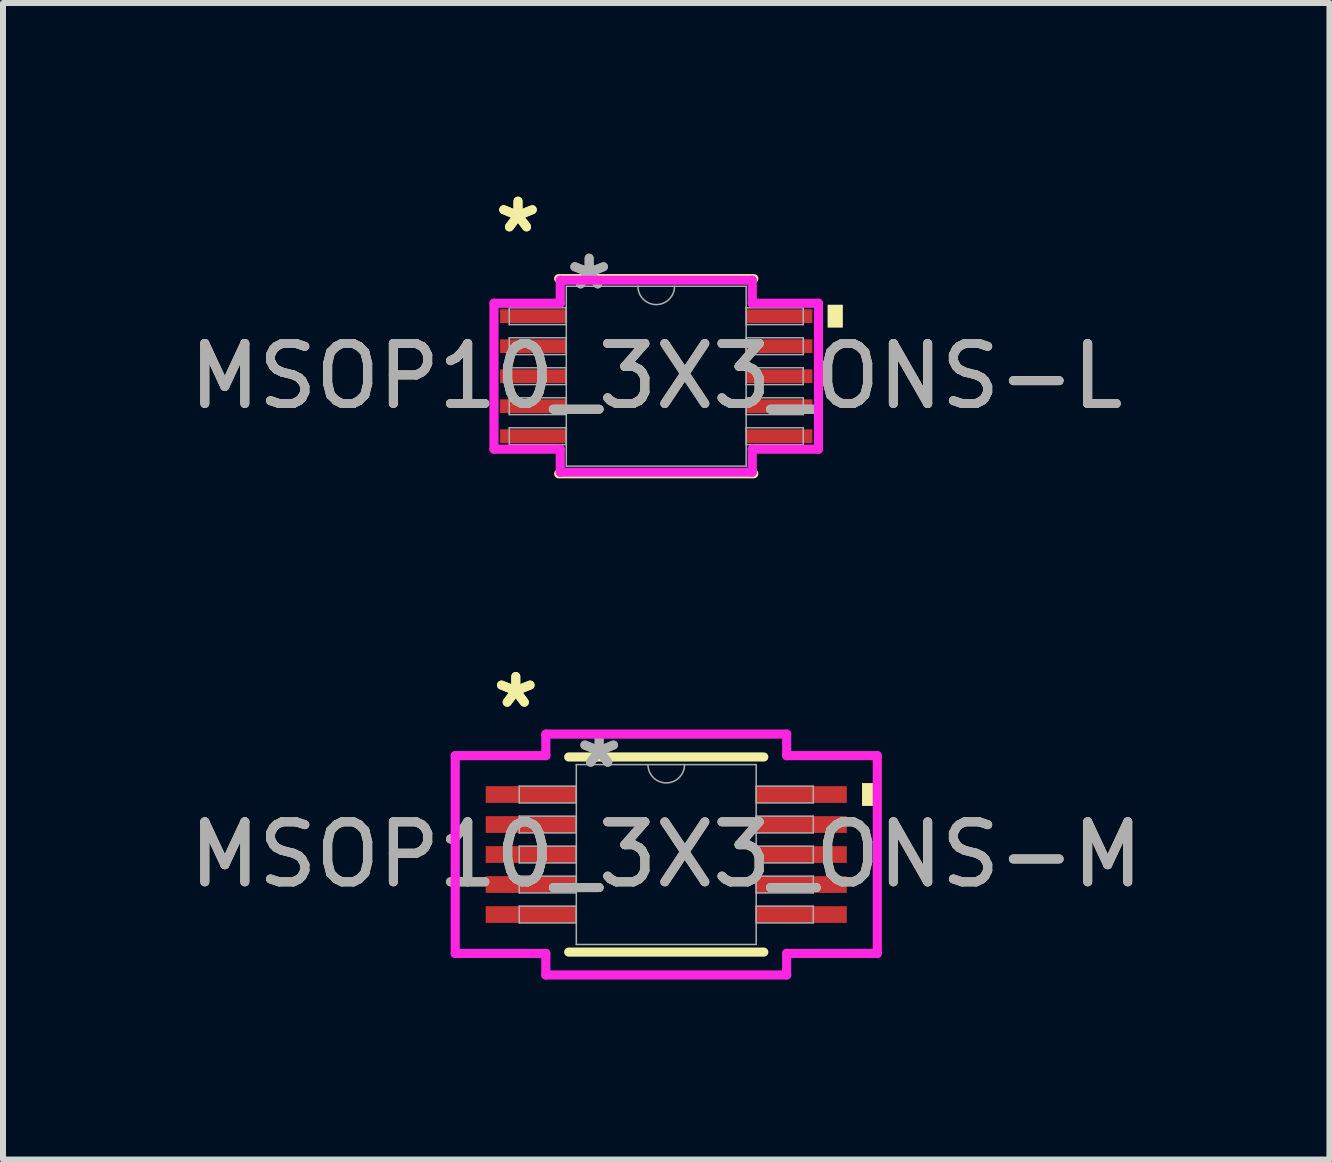
<source format=kicad_pcb>
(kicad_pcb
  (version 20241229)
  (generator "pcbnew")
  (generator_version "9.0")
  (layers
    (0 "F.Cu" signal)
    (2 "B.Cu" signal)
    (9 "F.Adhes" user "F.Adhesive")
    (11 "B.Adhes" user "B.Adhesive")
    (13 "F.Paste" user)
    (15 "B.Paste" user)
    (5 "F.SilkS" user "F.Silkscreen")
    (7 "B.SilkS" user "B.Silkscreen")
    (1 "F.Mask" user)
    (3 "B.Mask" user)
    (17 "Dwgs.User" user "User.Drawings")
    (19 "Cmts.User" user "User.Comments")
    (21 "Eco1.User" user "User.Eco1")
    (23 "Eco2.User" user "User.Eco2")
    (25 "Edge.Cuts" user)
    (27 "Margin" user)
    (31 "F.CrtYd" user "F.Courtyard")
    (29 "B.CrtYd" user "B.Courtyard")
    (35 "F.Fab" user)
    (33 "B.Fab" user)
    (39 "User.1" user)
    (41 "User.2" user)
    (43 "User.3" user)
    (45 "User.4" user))
  (footprint "MSOP10_3X3_ONS-M"
    (layer "F.Cu")
    (at 8.054 11.192)
    (property "Reference" "MSOP10_3X3_ONS-M" (at 0 0 0) (unlocked yes) (layer "F.SilkS") (effects (font (size 1 1) (thickness 0.15))))
    (attr smd)
    (fp_line (start -1.626 1.626) (end 1.626 1.626) (stroke (width 0.152) (type solid)) (layer "F.SilkS"))
    (fp_line (start 1.626 -1.626) (end -1.626 -1.626) (stroke (width 0.152) (type solid)) (layer "F.SilkS"))
    (fp_poly (pts (xy 3.517 -1.191) (xy 3.517 -0.81) (xy 3.263 -0.81) (xy 3.263 -1.191)) (stroke (width 0) (type solid)) (fill yes) (layer "F.SilkS"))
    (fp_line (start -3.517 -1.648) (end -2.007 -1.648) (stroke (width 0.152) (type solid)) (layer "F.CrtYd"))
    (fp_line (start -3.517 1.648) (end -3.517 -1.648) (stroke (width 0.152) (type solid)) (layer "F.CrtYd"))
    (fp_line (start -3.517 1.648) (end -2.007 1.648) (stroke (width 0.152) (type solid)) (layer "F.CrtYd"))
    (fp_line (start -2.007 -2.007) (end 2.007 -2.007) (stroke (width 0.152) (type solid)) (layer "F.CrtYd"))
    (fp_line (start -2.007 -1.648) (end -2.007 -2.007) (stroke (width 0.152) (type solid)) (layer "F.CrtYd"))
    (fp_line (start -2.007 2.007) (end -2.007 1.648) (stroke (width 0.152) (type solid)) (layer "F.CrtYd"))
    (fp_line (start 2.007 -2.007) (end 2.007 -1.648) (stroke (width 0.152) (type solid)) (layer "F.CrtYd"))
    (fp_line (start 2.007 1.648) (end 2.007 2.007) (stroke (width 0.152) (type solid)) (layer "F.CrtYd"))
    (fp_line (start 2.007 2.007) (end -2.007 2.007) (stroke (width 0.152) (type solid)) (layer "F.CrtYd"))
    (fp_line (start 3.517 -1.648) (end 2.007 -1.648) (stroke (width 0.152) (type solid)) (layer "F.CrtYd"))
    (fp_line (start 3.517 -1.648) (end 3.517 1.648) (stroke (width 0.152) (type solid)) (layer "F.CrtYd"))
    (fp_line (start 3.517 1.648) (end 2.007 1.648) (stroke (width 0.152) (type solid)) (layer "F.CrtYd"))
    (fp_line (start -2.45 -1.14) (end -2.45 -0.86) (stroke (width 0.025) (type solid)) (layer "F.Fab"))
    (fp_line (start -2.45 -0.86) (end -1.499 -0.86) (stroke (width 0.025) (type solid)) (layer "F.Fab"))
    (fp_line (start -2.45 -0.64) (end -2.45 -0.36) (stroke (width 0.025) (type solid)) (layer "F.Fab"))
    (fp_line (start -2.45 -0.36) (end -1.499 -0.36) (stroke (width 0.025) (type solid)) (layer "F.Fab"))
    (fp_line (start -2.45 -0.14) (end -2.45 0.14) (stroke (width 0.025) (type solid)) (layer "F.Fab"))
    (fp_line (start -2.45 0.14) (end -1.499 0.14) (stroke (width 0.025) (type solid)) (layer "F.Fab"))
    (fp_line (start -2.45 0.36) (end -2.45 0.64) (stroke (width 0.025) (type solid)) (layer "F.Fab"))
    (fp_line (start -2.45 0.64) (end -1.499 0.64) (stroke (width 0.025) (type solid)) (layer "F.Fab"))
    (fp_line (start -2.45 0.86) (end -2.45 1.14) (stroke (width 0.025) (type solid)) (layer "F.Fab"))
    (fp_line (start -2.45 1.14) (end -1.499 1.14) (stroke (width 0.025) (type solid)) (layer "F.Fab"))
    (fp_line (start -1.499 -1.499) (end -1.499 1.499) (stroke (width 0.025) (type solid)) (layer "F.Fab"))
    (fp_line (start -1.499 -1.14) (end -2.45 -1.14) (stroke (width 0.025) (type solid)) (layer "F.Fab"))
    (fp_line (start -1.499 -0.86) (end -1.499 -1.14) (stroke (width 0.025) (type solid)) (layer "F.Fab"))
    (fp_line (start -1.499 -0.64) (end -2.45 -0.64) (stroke (width 0.025) (type solid)) (layer "F.Fab"))
    (fp_line (start -1.499 -0.36) (end -1.499 -0.64) (stroke (width 0.025) (type solid)) (layer "F.Fab"))
    (fp_line (start -1.499 -0.14) (end -2.45 -0.14) (stroke (width 0.025) (type solid)) (layer "F.Fab"))
    (fp_line (start -1.499 0.14) (end -1.499 -0.14) (stroke (width 0.025) (type solid)) (layer "F.Fab"))
    (fp_line (start -1.499 0.36) (end -2.45 0.36) (stroke (width 0.025) (type solid)) (layer "F.Fab"))
    (fp_line (start -1.499 0.64) (end -1.499 0.36) (stroke (width 0.025) (type solid)) (layer "F.Fab"))
    (fp_line (start -1.499 0.86) (end -2.45 0.86) (stroke (width 0.025) (type solid)) (layer "F.Fab"))
    (fp_line (start -1.499 1.14) (end -1.499 0.86) (stroke (width 0.025) (type solid)) (layer "F.Fab"))
    (fp_line (start -1.499 1.499) (end 1.499 1.499) (stroke (width 0.025) (type solid)) (layer "F.Fab"))
    (fp_line (start 1.499 -1.499) (end -1.499 -1.499) (stroke (width 0.025) (type solid)) (layer "F.Fab"))
    (fp_line (start 1.499 -1.14) (end 1.499 -0.86) (stroke (width 0.025) (type solid)) (layer "F.Fab"))
    (fp_line (start 1.499 -0.86) (end 2.45 -0.86) (stroke (width 0.025) (type solid)) (layer "F.Fab"))
    (fp_line (start 1.499 -0.64) (end 1.499 -0.36) (stroke (width 0.025) (type solid)) (layer "F.Fab"))
    (fp_line (start 1.499 -0.36) (end 2.45 -0.36) (stroke (width 0.025) (type solid)) (layer "F.Fab"))
    (fp_line (start 1.499 -0.14) (end 1.499 0.14) (stroke (width 0.025) (type solid)) (layer "F.Fab"))
    (fp_line (start 1.499 0.14) (end 2.45 0.14) (stroke (width 0.025) (type solid)) (layer "F.Fab"))
    (fp_line (start 1.499 0.36) (end 1.499 0.64) (stroke (width 0.025) (type solid)) (layer "F.Fab"))
    (fp_line (start 1.499 0.64) (end 2.45 0.64) (stroke (width 0.025) (type solid)) (layer "F.Fab"))
    (fp_line (start 1.499 0.86) (end 1.499 1.14) (stroke (width 0.025) (type solid)) (layer "F.Fab"))
    (fp_line (start 1.499 1.14) (end 2.45 1.14) (stroke (width 0.025) (type solid)) (layer "F.Fab"))
    (fp_line (start 1.499 1.499) (end 1.499 -1.499) (stroke (width 0.025) (type solid)) (layer "F.Fab"))
    (fp_line (start 2.45 -1.14) (end 1.499 -1.14) (stroke (width 0.025) (type solid)) (layer "F.Fab"))
    (fp_line (start 2.45 -0.86) (end 2.45 -1.14) (stroke (width 0.025) (type solid)) (layer "F.Fab"))
    (fp_line (start 2.45 -0.64) (end 1.499 -0.64) (stroke (width 0.025) (type solid)) (layer "F.Fab"))
    (fp_line (start 2.45 -0.36) (end 2.45 -0.64) (stroke (width 0.025) (type solid)) (layer "F.Fab"))
    (fp_line (start 2.45 -0.14) (end 1.499 -0.14) (stroke (width 0.025) (type solid)) (layer "F.Fab"))
    (fp_line (start 2.45 0.14) (end 2.45 -0.14) (stroke (width 0.025) (type solid)) (layer "F.Fab"))
    (fp_line (start 2.45 0.36) (end 1.499 0.36) (stroke (width 0.025) (type solid)) (layer "F.Fab"))
    (fp_line (start 2.45 0.64) (end 2.45 0.36) (stroke (width 0.025) (type solid)) (layer "F.Fab"))
    (fp_line (start 2.45 0.86) (end 1.499 0.86) (stroke (width 0.025) (type solid)) (layer "F.Fab"))
    (fp_line (start 2.45 1.14) (end 2.45 0.86) (stroke (width 0.025) (type solid)) (layer "F.Fab"))
    (fp_arc (start 0.3048 -1.4986) (mid 0 -1.1938) (end -0.3048 -1.4986) (stroke (width 0.0254) (type solid)) (layer "F.Fab"))
    (fp_text user "*" (at -2.508 -2.422 0) (layer "F.SilkS") (effects (font (size 1 1) (thickness 0.15))))
    (fp_text user "*" (at -2.508 -2.422 0) (unlocked yes) (layer "F.SilkS") (effects (font (size 1 1) (thickness 0.15))))
    (fp_text user "*" (at -1.118 -1.422 0) (unlocked yes) (layer "F.Fab") (effects (font (size 1 1) (thickness 0.15))))
    (fp_text user "*" (at -1.118 -1.422 0) (layer "F.Fab") (effects (font (size 1 1) (thickness 0.15))))
    (fp_text user "${REFERENCE}" (at 0 0 0) (unlocked yes) (layer "F.Fab") (effects (font (size 1 1) (thickness 0.15))))
    (pad "1" smd rect (at -2.254 -1) (size 1.51 0.279) (layers "F.Cu" "F.Mask" "F.Paste"))
    (pad "2" smd rect (at -2.254 -0.5) (size 1.51 0.279) (layers "F.Cu" "F.Mask" "F.Paste"))
    (pad "3" smd rect (at -2.254 0) (size 1.51 0.279) (layers "F.Cu" "F.Mask" "F.Paste"))
    (pad "4" smd rect (at -2.254 0.5) (size 1.51 0.279) (layers "F.Cu" "F.Mask" "F.Paste"))
    (pad "5" smd rect (at -2.254 1) (size 1.51 0.279) (layers "F.Cu" "F.Mask" "F.Paste"))
    (pad "6" smd rect (at 2.254 1) (size 1.51 0.279) (layers "F.Cu" "F.Mask" "F.Paste"))
    (pad "7" smd rect (at 2.254 0.5) (size 1.51 0.279) (layers "F.Cu" "F.Mask" "F.Paste"))
    (pad "8" smd rect (at 2.254 0) (size 1.51 0.279) (layers "F.Cu" "F.Mask" "F.Paste"))
    (pad "9" smd rect (at 2.254 -0.5) (size 1.51 0.279) (layers "F.Cu" "F.Mask" "F.Paste"))
    (pad "10" smd rect (at 2.254 -1) (size 1.51 0.279) (layers "F.Cu" "F.Mask" "F.Paste")))
  (footprint "MSOP10_3X3_ONS-L"
    (layer "F.Cu")
    (at 7.887 3.22)
    (property "Reference" "MSOP10_3X3_ONS-L" (at 0 0 0) (unlocked yes) (layer "F.SilkS") (effects (font (size 1 1) (thickness 0.15))))
    (attr smd)
    (fp_line (start -1.626 1.626) (end 1.626 1.626) (stroke (width 0.152) (type solid)) (layer "F.SilkS"))
    (fp_line (start 1.626 -1.626) (end -1.626 -1.626) (stroke (width 0.152) (type solid)) (layer "F.SilkS"))
    (fp_poly (pts (xy 3.11 -1.191) (xy 3.11 -0.81) (xy 2.856 -0.81) (xy 2.856 -1.191)) (stroke (width 0) (type solid)) (fill yes) (layer "F.SilkS"))
    (fp_line (start -2.704 -1.216) (end -1.6 -1.216) (stroke (width 0.152) (type solid)) (layer "F.CrtYd"))
    (fp_line (start -2.704 1.216) (end -2.704 -1.216) (stroke (width 0.152) (type solid)) (layer "F.CrtYd"))
    (fp_line (start -2.704 1.216) (end -1.6 1.216) (stroke (width 0.152) (type solid)) (layer "F.CrtYd"))
    (fp_line (start -1.6 -1.6) (end 1.6 -1.6) (stroke (width 0.152) (type solid)) (layer "F.CrtYd"))
    (fp_line (start -1.6 -1.216) (end -1.6 -1.6) (stroke (width 0.152) (type solid)) (layer "F.CrtYd"))
    (fp_line (start -1.6 1.6) (end -1.6 1.216) (stroke (width 0.152) (type solid)) (layer "F.CrtYd"))
    (fp_line (start 1.6 -1.6) (end 1.6 -1.216) (stroke (width 0.152) (type solid)) (layer "F.CrtYd"))
    (fp_line (start 1.6 1.216) (end 1.6 1.6) (stroke (width 0.152) (type solid)) (layer "F.CrtYd"))
    (fp_line (start 1.6 1.6) (end -1.6 1.6) (stroke (width 0.152) (type solid)) (layer "F.CrtYd"))
    (fp_line (start 2.704 -1.216) (end 1.6 -1.216) (stroke (width 0.152) (type solid)) (layer "F.CrtYd"))
    (fp_line (start 2.704 -1.216) (end 2.704 1.216) (stroke (width 0.152) (type solid)) (layer "F.CrtYd"))
    (fp_line (start 2.704 1.216) (end 1.6 1.216) (stroke (width 0.152) (type solid)) (layer "F.CrtYd"))
    (fp_line (start -2.45 -1.14) (end -2.45 -0.86) (stroke (width 0.025) (type solid)) (layer "F.Fab"))
    (fp_line (start -2.45 -0.86) (end -1.499 -0.86) (stroke (width 0.025) (type solid)) (layer "F.Fab"))
    (fp_line (start -2.45 -0.64) (end -2.45 -0.36) (stroke (width 0.025) (type solid)) (layer "F.Fab"))
    (fp_line (start -2.45 -0.36) (end -1.499 -0.36) (stroke (width 0.025) (type solid)) (layer "F.Fab"))
    (fp_line (start -2.45 -0.14) (end -2.45 0.14) (stroke (width 0.025) (type solid)) (layer "F.Fab"))
    (fp_line (start -2.45 0.14) (end -1.499 0.14) (stroke (width 0.025) (type solid)) (layer "F.Fab"))
    (fp_line (start -2.45 0.36) (end -2.45 0.64) (stroke (width 0.025) (type solid)) (layer "F.Fab"))
    (fp_line (start -2.45 0.64) (end -1.499 0.64) (stroke (width 0.025) (type solid)) (layer "F.Fab"))
    (fp_line (start -2.45 0.86) (end -2.45 1.14) (stroke (width 0.025) (type solid)) (layer "F.Fab"))
    (fp_line (start -2.45 1.14) (end -1.499 1.14) (stroke (width 0.025) (type solid)) (layer "F.Fab"))
    (fp_line (start -1.499 -1.499) (end -1.499 1.499) (stroke (width 0.025) (type solid)) (layer "F.Fab"))
    (fp_line (start -1.499 -1.14) (end -2.45 -1.14) (stroke (width 0.025) (type solid)) (layer "F.Fab"))
    (fp_line (start -1.499 -0.86) (end -1.499 -1.14) (stroke (width 0.025) (type solid)) (layer "F.Fab"))
    (fp_line (start -1.499 -0.64) (end -2.45 -0.64) (stroke (width 0.025) (type solid)) (layer "F.Fab"))
    (fp_line (start -1.499 -0.36) (end -1.499 -0.64) (stroke (width 0.025) (type solid)) (layer "F.Fab"))
    (fp_line (start -1.499 -0.14) (end -2.45 -0.14) (stroke (width 0.025) (type solid)) (layer "F.Fab"))
    (fp_line (start -1.499 0.14) (end -1.499 -0.14) (stroke (width 0.025) (type solid)) (layer "F.Fab"))
    (fp_line (start -1.499 0.36) (end -2.45 0.36) (stroke (width 0.025) (type solid)) (layer "F.Fab"))
    (fp_line (start -1.499 0.64) (end -1.499 0.36) (stroke (width 0.025) (type solid)) (layer "F.Fab"))
    (fp_line (start -1.499 0.86) (end -2.45 0.86) (stroke (width 0.025) (type solid)) (layer "F.Fab"))
    (fp_line (start -1.499 1.14) (end -1.499 0.86) (stroke (width 0.025) (type solid)) (layer "F.Fab"))
    (fp_line (start -1.499 1.499) (end 1.499 1.499) (stroke (width 0.025) (type solid)) (layer "F.Fab"))
    (fp_line (start 1.499 -1.499) (end -1.499 -1.499) (stroke (width 0.025) (type solid)) (layer "F.Fab"))
    (fp_line (start 1.499 -1.14) (end 1.499 -0.86) (stroke (width 0.025) (type solid)) (layer "F.Fab"))
    (fp_line (start 1.499 -0.86) (end 2.45 -0.86) (stroke (width 0.025) (type solid)) (layer "F.Fab"))
    (fp_line (start 1.499 -0.64) (end 1.499 -0.36) (stroke (width 0.025) (type solid)) (layer "F.Fab"))
    (fp_line (start 1.499 -0.36) (end 2.45 -0.36) (stroke (width 0.025) (type solid)) (layer "F.Fab"))
    (fp_line (start 1.499 -0.14) (end 1.499 0.14) (stroke (width 0.025) (type solid)) (layer "F.Fab"))
    (fp_line (start 1.499 0.14) (end 2.45 0.14) (stroke (width 0.025) (type solid)) (layer "F.Fab"))
    (fp_line (start 1.499 0.36) (end 1.499 0.64) (stroke (width 0.025) (type solid)) (layer "F.Fab"))
    (fp_line (start 1.499 0.64) (end 2.45 0.64) (stroke (width 0.025) (type solid)) (layer "F.Fab"))
    (fp_line (start 1.499 0.86) (end 1.499 1.14) (stroke (width 0.025) (type solid)) (layer "F.Fab"))
    (fp_line (start 1.499 1.14) (end 2.45 1.14) (stroke (width 0.025) (type solid)) (layer "F.Fab"))
    (fp_line (start 1.499 1.499) (end 1.499 -1.499) (stroke (width 0.025) (type solid)) (layer "F.Fab"))
    (fp_line (start 2.45 -1.14) (end 1.499 -1.14) (stroke (width 0.025) (type solid)) (layer "F.Fab"))
    (fp_line (start 2.45 -0.86) (end 2.45 -1.14) (stroke (width 0.025) (type solid)) (layer "F.Fab"))
    (fp_line (start 2.45 -0.64) (end 1.499 -0.64) (stroke (width 0.025) (type solid)) (layer "F.Fab"))
    (fp_line (start 2.45 -0.36) (end 2.45 -0.64) (stroke (width 0.025) (type solid)) (layer "F.Fab"))
    (fp_line (start 2.45 -0.14) (end 1.499 -0.14) (stroke (width 0.025) (type solid)) (layer "F.Fab"))
    (fp_line (start 2.45 0.14) (end 2.45 -0.14) (stroke (width 0.025) (type solid)) (layer "F.Fab"))
    (fp_line (start 2.45 0.36) (end 1.499 0.36) (stroke (width 0.025) (type solid)) (layer "F.Fab"))
    (fp_line (start 2.45 0.64) (end 2.45 0.36) (stroke (width 0.025) (type solid)) (layer "F.Fab"))
    (fp_line (start 2.45 0.86) (end 1.499 0.86) (stroke (width 0.025) (type solid)) (layer "F.Fab"))
    (fp_line (start 2.45 1.14) (end 2.45 0.86) (stroke (width 0.025) (type solid)) (layer "F.Fab"))
    (fp_arc (start 0.3048 -1.4986) (mid 0 -1.1938) (end -0.3048 -1.4986) (stroke (width 0.0254) (type solid)) (layer "F.Fab"))
    (fp_text user "*" (at -2.304 -2.372 0) (unlocked yes) (layer "F.SilkS") (effects (font (size 1 1) (thickness 0.15))))
    (fp_text user "*" (at -2.304 -2.372 0) (layer "F.SilkS") (effects (font (size 1 1) (thickness 0.15))))
    (fp_text user "*" (at -1.118 -1.422 0) (unlocked yes) (layer "F.Fab") (effects (font (size 1 1) (thickness 0.15))))
    (fp_text user "${REFERENCE}" (at 0 0 0) (unlocked yes) (layer "F.Fab") (effects (font (size 1 1) (thickness 0.15))))
    (fp_text user "*" (at -1.118 -1.422 0) (layer "F.Fab") (effects (font (size 1 1) (thickness 0.15))))
    (pad "1" smd rect (at -2.05 -1) (size 1.104 0.229) (layers "F.Cu" "F.Mask" "F.Paste"))
    (pad "2" smd rect (at -2.05 -0.5) (size 1.104 0.229) (layers "F.Cu" "F.Mask" "F.Paste"))
    (pad "3" smd rect (at -2.05 0) (size 1.104 0.229) (layers "F.Cu" "F.Mask" "F.Paste"))
    (pad "4" smd rect (at -2.05 0.5) (size 1.104 0.229) (layers "F.Cu" "F.Mask" "F.Paste"))
    (pad "5" smd rect (at -2.05 1) (size 1.104 0.229) (layers "F.Cu" "F.Mask" "F.Paste"))
    (pad "6" smd rect (at 2.05 1) (size 1.104 0.229) (layers "F.Cu" "F.Mask" "F.Paste"))
    (pad "7" smd rect (at 2.05 0.5) (size 1.104 0.229) (layers "F.Cu" "F.Mask" "F.Paste"))
    (pad "8" smd rect (at 2.05 0) (size 1.104 0.229) (layers "F.Cu" "F.Mask" "F.Paste"))
    (pad "9" smd rect (at 2.05 -0.5) (size 1.104 0.229) (layers "F.Cu" "F.Mask" "F.Paste"))
    (pad "10" smd rect (at 2.05 -1) (size 1.104 0.229) (layers "F.Cu" "F.Mask" "F.Paste")))
  (gr_rect
    (start -3 -3)
    (end 19.107 16.275)
    (stroke (width 0.1) (type default))
    (fill no)
    (layer "Edge.Cuts")))
</source>
